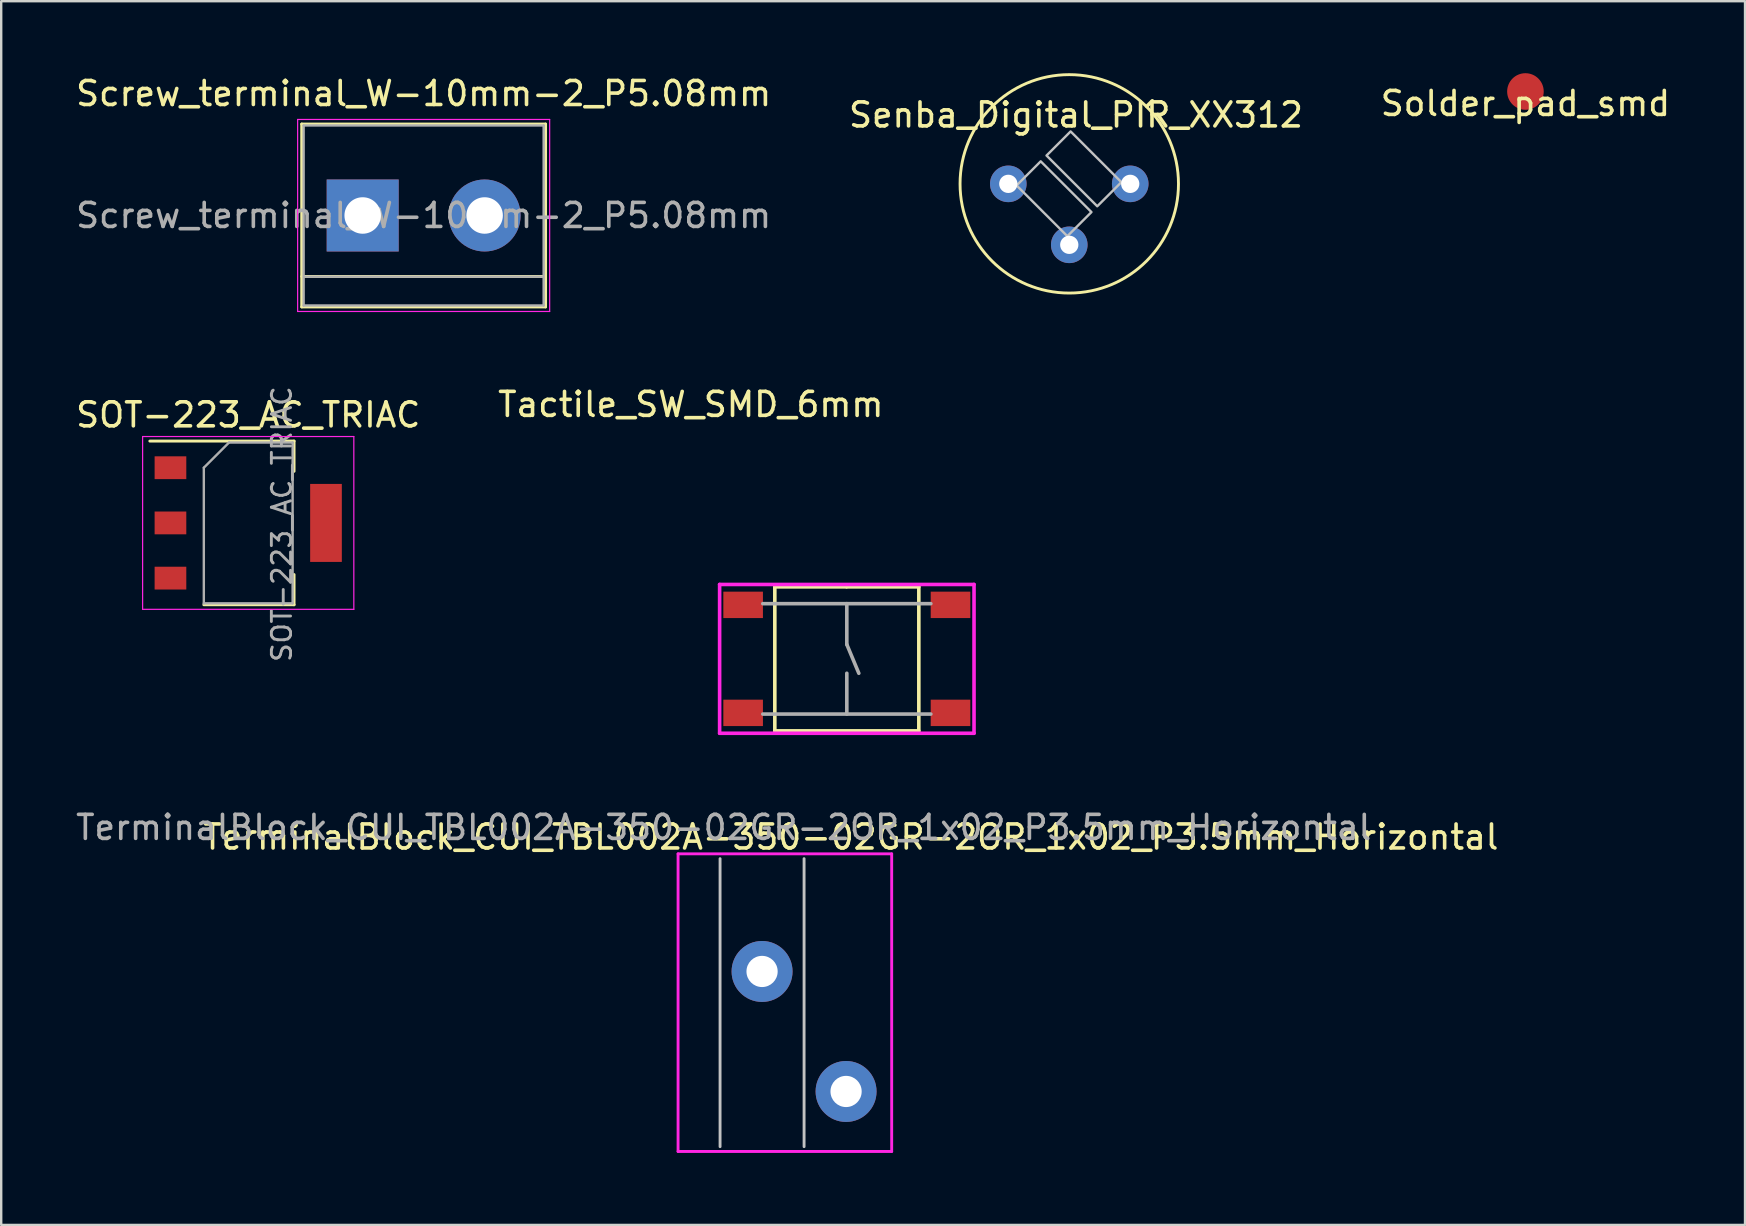
<source format=kicad_pcb>
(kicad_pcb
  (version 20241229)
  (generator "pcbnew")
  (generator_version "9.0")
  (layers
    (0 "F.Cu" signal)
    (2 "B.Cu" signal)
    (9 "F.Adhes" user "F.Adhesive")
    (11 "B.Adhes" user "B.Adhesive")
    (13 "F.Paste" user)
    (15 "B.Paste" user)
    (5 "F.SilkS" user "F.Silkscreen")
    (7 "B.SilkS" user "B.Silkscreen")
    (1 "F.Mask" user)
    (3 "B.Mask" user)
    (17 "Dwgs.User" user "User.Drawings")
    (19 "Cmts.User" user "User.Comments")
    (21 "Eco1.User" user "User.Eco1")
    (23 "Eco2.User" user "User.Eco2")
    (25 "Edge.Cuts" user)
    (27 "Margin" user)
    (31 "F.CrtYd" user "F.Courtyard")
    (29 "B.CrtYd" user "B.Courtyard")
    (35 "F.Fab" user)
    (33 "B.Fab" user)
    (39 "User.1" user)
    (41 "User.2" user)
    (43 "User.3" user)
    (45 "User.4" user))
  (footprint "TerminalBlock_CUI_TBL002A-350-02GR-2OR_1x02_P3.5mm_Horizontal"
    (layer "F.Cu")
    (at 32.201 42.425)
    (property "Reference" "TerminalBlock_CUI_TBL002A-350-02GR-2OR_1x02_P3.5mm_Horizontal" (at 0.2 -10.6 0) (layer "F.SilkS") (effects (font (size 1 1) (thickness 0.15))))
    (attr through_hole)
    (fp_line (start -6.75 -9.7) (end -6.75 2.3) (stroke (width 0.12) (type solid)) (layer "B.Paste"))
    (fp_line (start -6.75 2.3) (end 1.75 2.3) (stroke (width 0.12) (type solid)) (layer "B.Paste"))
    (fp_line (start 1.75 -9.7) (end -6.75 -9.7) (stroke (width 0.12) (type solid)) (layer "B.Paste"))
    (fp_line (start 1.75 2.3) (end 1.75 -9.7) (stroke (width 0.12) (type solid)) (layer "B.Paste"))
    (fp_line (start -5.25 2.3) (end -5.25 -9.7) (stroke (width 0.12) (type solid)) (layer "Dwgs.User"))
    (fp_line (start -1.75 2.3) (end -1.75 -9.7) (stroke (width 0.12) (type solid)) (layer "Dwgs.User"))
    (fp_line (start -7 -9.9) (end 1.9 -9.9) (stroke (width 0.12) (type solid)) (layer "F.CrtYd"))
    (fp_line (start -7 2.5) (end -7 -9.9) (stroke (width 0.12) (type solid)) (layer "F.CrtYd"))
    (fp_line (start 1.9 -9.9) (end 1.9 2.5) (stroke (width 0.12) (type solid)) (layer "F.CrtYd"))
    (fp_line (start 1.9 2.5) (end -7 2.5) (stroke (width 0.12) (type solid)) (layer "F.CrtYd"))
    (fp_text user "${REFERENCE}" (at -5.1 -11 0) (layer "F.Fab") (effects (font (size 1 1) (thickness 0.15))))
    (pad "1" thru_hole circle (at 0 0) (size 2.54 2.54) (drill 1.3) (layers "*.Cu" "*.Mask"))
    (pad "2" thru_hole circle (at -3.5 -5) (size 2.54 2.54) (drill 1.3) (layers "*.Cu" "*.Mask")))
  (footprint "Senba_Digital_PIR_XX312"
    (layer "F.Cu")
    (at 41.5 4.61)
    (property "Reference" "Senba_Digital_PIR_XX312" (at 0.28 -2.87 0) (layer "F.SilkS") (effects (font (size 1 1) (thickness 0.15))))
    (attr through_hole)
    (fp_line (start 3.23 -3.23) (end 3.46 -3.46) (stroke (width 0.15) (type solid)) (layer "F.SilkS"))
    (fp_circle (center 0 0) (end 4.55 0) (stroke (width 0.12) (type solid)) (fill no) (layer "F.SilkS"))
    (fp_poly (pts (xy 0.924 1.176) (xy -0.08 2.18) (xy -2.194 0.066) (xy -1.19 -0.938)) (stroke (width 0.1) (type solid)) (fill no) (layer "Dwgs.User"))
    (fp_poly (pts (xy 2.17 -0.07) (xy 1.166 0.934) (xy -0.948 -1.18) (xy 0.056 -2.184)) (stroke (width 0.1) (type solid)) (fill no) (layer "Dwgs.User"))
    (pad "1" thru_hole circle (at 2.54 0) (size 1.524 1.524) (drill 0.762) (layers "*.Cu" "*.Mask"))
    (pad "2" thru_hole circle (at 0 2.54) (size 1.524 1.524) (drill 0.762) (layers "*.Cu" "*.Mask"))
    (pad "3" thru_hole circle (at -2.54 0) (size 1.524 1.524) (drill 0.762) (layers "*.Cu" "*.Mask")))
  (footprint "Solder_pad_smd"
    (layer "F.Cu")
    (at 60.506 0.762)
    (property "Reference" "Solder_pad_smd" (at 0 0.5 0) (layer "F.SilkS") (effects (font (size 1 1) (thickness 0.15))))
    (attr through_hole)
    (pad "1" smd circle (at 0 0) (size 1.524 1.524) (layers "F.Cu" "F.Mask" "F.Paste")))
  (footprint "Tactile_SW_SMD_6mm"
    (layer "F.Cu")
    (at 32.232 24.401)
    (property "Reference" "Tactile_SW_SMD_6mm" (at -6.5 -10.6 0) (layer "F.SilkS") (effects (font (size 1 1) (thickness 0.15))))
    (attr through_hole)
    (fp_line (start -3 -3) (end -0.02 -3) (stroke (width 0.15) (type solid)) (layer "F.SilkS"))
    (fp_line (start -3 3) (end -3 -3) (stroke (width 0.15) (type solid)) (layer "F.SilkS"))
    (fp_line (start 0 -3) (end 3 -3) (stroke (width 0.15) (type solid)) (layer "F.SilkS"))
    (fp_line (start 3 -3) (end 3 3) (stroke (width 0.15) (type solid)) (layer "F.SilkS"))
    (fp_line (start 3 3) (end -3 3) (stroke (width 0.15) (type solid)) (layer "F.SilkS"))
    (fp_line (start -5.3 -3.1) (end 5.3 -3.1) (stroke (width 0.15) (type solid)) (layer "F.CrtYd"))
    (fp_line (start -5.3 3.1) (end -5.3 -3.1) (stroke (width 0.15) (type solid)) (layer "F.CrtYd"))
    (fp_line (start 5.3 -3.1) (end 5.3 3.1) (stroke (width 0.15) (type solid)) (layer "F.CrtYd"))
    (fp_line (start 5.3 3.1) (end -5.3 3.1) (stroke (width 0.15) (type solid)) (layer "F.CrtYd"))
    (fp_line (start -3.5 -2.3) (end 3.5 -2.3) (stroke (width 0.15) (type solid)) (layer "F.Fab"))
    (fp_line (start -3.5 2.3) (end 3.5 2.3) (stroke (width 0.15) (type solid)) (layer "F.Fab"))
    (fp_line (start 0 -2.3) (end 0 -0.6) (stroke (width 0.15) (type solid)) (layer "F.Fab"))
    (fp_line (start 0 -0.6) (end 0.5 0.6) (stroke (width 0.15) (type solid)) (layer "F.Fab"))
    (fp_line (start 0 2.3) (end 0 0.6) (stroke (width 0.15) (type solid)) (layer "F.Fab"))
    (pad "1" smd rect (at -4.32 -2.25) (size 1.65 1.1) (layers "F.Cu" "F.Mask" "F.Paste"))
    (pad "2" smd rect (at 4.32 -2.25) (size 1.65 1.1) (layers "F.Cu" "F.Mask" "F.Paste"))
    (pad "3" smd rect (at -4.32 2.25) (size 1.65 1.1) (layers "F.Cu" "F.Mask" "F.Paste"))
    (pad "4" smd rect (at 4.32 2.25) (size 1.65 1.1) (layers "F.Cu" "F.Mask" "F.Paste")))
  (footprint "Screw_terminal_W-10mm-2_P5.08mm"
    (layer "F.Cu")
    (at 12.061 5.928)
    (property "Reference" "Screw_terminal_W-10mm-2_P5.08mm" (at 2.54 -5.08 0) (layer "F.SilkS") (effects (font (size 1 1) (thickness 0.15))))
    (attr through_hole)
    (fp_line (start -2.54 -3.81) (end -2.54 3.81) (stroke (width 0.12) (type solid)) (layer "F.SilkS"))
    (fp_line (start -2.54 3.81) (end 7.62 3.81) (stroke (width 0.12) (type solid)) (layer "F.SilkS"))
    (fp_line (start 7.62 -3.81) (end -2.54 -3.81) (stroke (width 0.12) (type solid)) (layer "F.SilkS"))
    (fp_line (start 7.62 2.54) (end -2.54 2.54) (stroke (width 0.12) (type solid)) (layer "F.SilkS"))
    (fp_line (start 7.62 3.81) (end 7.62 -3.81) (stroke (width 0.12) (type solid)) (layer "F.SilkS"))
    (fp_line (start -2.71 -4) (end -2.71 4) (stroke (width 0.05) (type solid)) (layer "F.CrtYd"))
    (fp_line (start -2.71 -4) (end 7.79 -4) (stroke (width 0.05) (type solid)) (layer "F.CrtYd"))
    (fp_line (start 7.79 4) (end -2.71 4) (stroke (width 0.05) (type solid)) (layer "F.CrtYd"))
    (fp_line (start 7.79 4) (end 7.79 -4) (stroke (width 0.05) (type solid)) (layer "F.CrtYd"))
    (fp_line (start -2.46 -3.75) (end -2.46 3.75) (stroke (width 0.1) (type solid)) (layer "F.Fab"))
    (fp_line (start -2.46 3.75) (end 7.54 3.75) (stroke (width 0.1) (type solid)) (layer "F.Fab"))
    (fp_line (start -2.41 2.55) (end 7.49 2.55) (stroke (width 0.1) (type solid)) (layer "F.Fab"))
    (fp_line (start 7.54 -3.75) (end -2.46 -3.75) (stroke (width 0.1) (type solid)) (layer "F.Fab"))
    (fp_line (start 7.54 3.75) (end 7.54 -3.75) (stroke (width 0.1) (type solid)) (layer "F.Fab"))
    (fp_text user "${REFERENCE}" (at 2.54 0 0) (layer "F.Fab") (effects (font (size 1 1) (thickness 0.15))))
    (pad "1" thru_hole rect (at 0 0) (size 3 3) (drill 1.52) (layers "*.Cu" "*.Mask"))
    (pad "2" thru_hole circle (at 5.08 0) (size 3 3) (drill 1.52) (layers "*.Cu" "*.Mask")))
  (footprint "SOT-223_AC_TRIAC"
    (layer "F.Cu")
    (at 7.292 18.737)
    (property "Reference" "SOT-223_AC_TRIAC" (at 0 -4.5 0) (layer "F.SilkS") (effects (font (size 1 1) (thickness 0.15))))
    (attr smd)
    (fp_line (start -4.1 -3.41) (end 1.91 -3.41) (stroke (width 0.12) (type solid)) (layer "F.SilkS"))
    (fp_line (start -1.85 3.41) (end 1.91 3.41) (stroke (width 0.12) (type solid)) (layer "F.SilkS"))
    (fp_line (start 1.91 -3.41) (end 1.91 -2.15) (stroke (width 0.12) (type solid)) (layer "F.SilkS"))
    (fp_line (start 1.91 3.41) (end 1.91 2.15) (stroke (width 0.12) (type solid)) (layer "F.SilkS"))
    (fp_line (start -4.4 -3.6) (end -4.4 3.6) (stroke (width 0.05) (type solid)) (layer "F.CrtYd"))
    (fp_line (start -4.4 3.6) (end 4.4 3.6) (stroke (width 0.05) (type solid)) (layer "F.CrtYd"))
    (fp_line (start 4.4 -3.6) (end -4.4 -3.6) (stroke (width 0.05) (type solid)) (layer "F.CrtYd"))
    (fp_line (start 4.4 3.6) (end 4.4 -3.6) (stroke (width 0.05) (type solid)) (layer "F.CrtYd"))
    (fp_line (start -1.85 -2.3) (end -1.85 3.35) (stroke (width 0.1) (type solid)) (layer "F.Fab"))
    (fp_line (start -1.85 -2.3) (end -0.8 -3.35) (stroke (width 0.1) (type solid)) (layer "F.Fab"))
    (fp_line (start -1.85 3.35) (end 1.85 3.35) (stroke (width 0.1) (type solid)) (layer "F.Fab"))
    (fp_line (start -0.8 -3.35) (end 1.85 -3.35) (stroke (width 0.1) (type solid)) (layer "F.Fab"))
    (fp_line (start 1.85 -3.35) (end 1.85 3.35) (stroke (width 0.1) (type solid)) (layer "F.Fab"))
    (fp_text user "${REFERENCE}" (at 1.4 0.05 90) (layer "F.Fab") (effects (font (size 0.8 0.8) (thickness 0.12))))
    (pad "1" smd rect (at -3.24 -2.3) (size 1.32 0.95) (layers "F.Cu" "F.Mask" "F.Paste"))
    (pad "2" smd rect (at -3.24 0) (size 1.32 0.95) (layers "F.Cu" "F.Mask" "F.Paste"))
    (pad "3" smd rect (at -3.24 2.3) (size 1.32 0.95) (layers "F.Cu" "F.Mask" "F.Paste"))
    (pad "4" smd rect (at 3.24 0) (size 1.32 3.25) (layers "F.Cu" "F.Mask" "F.Paste")))
  (gr_rect
    (start -3 -3)
    (end 69.655 47.985)
    (stroke (width 0.1) (type default))
    (fill no)
    (layer "Edge.Cuts")))
</source>
